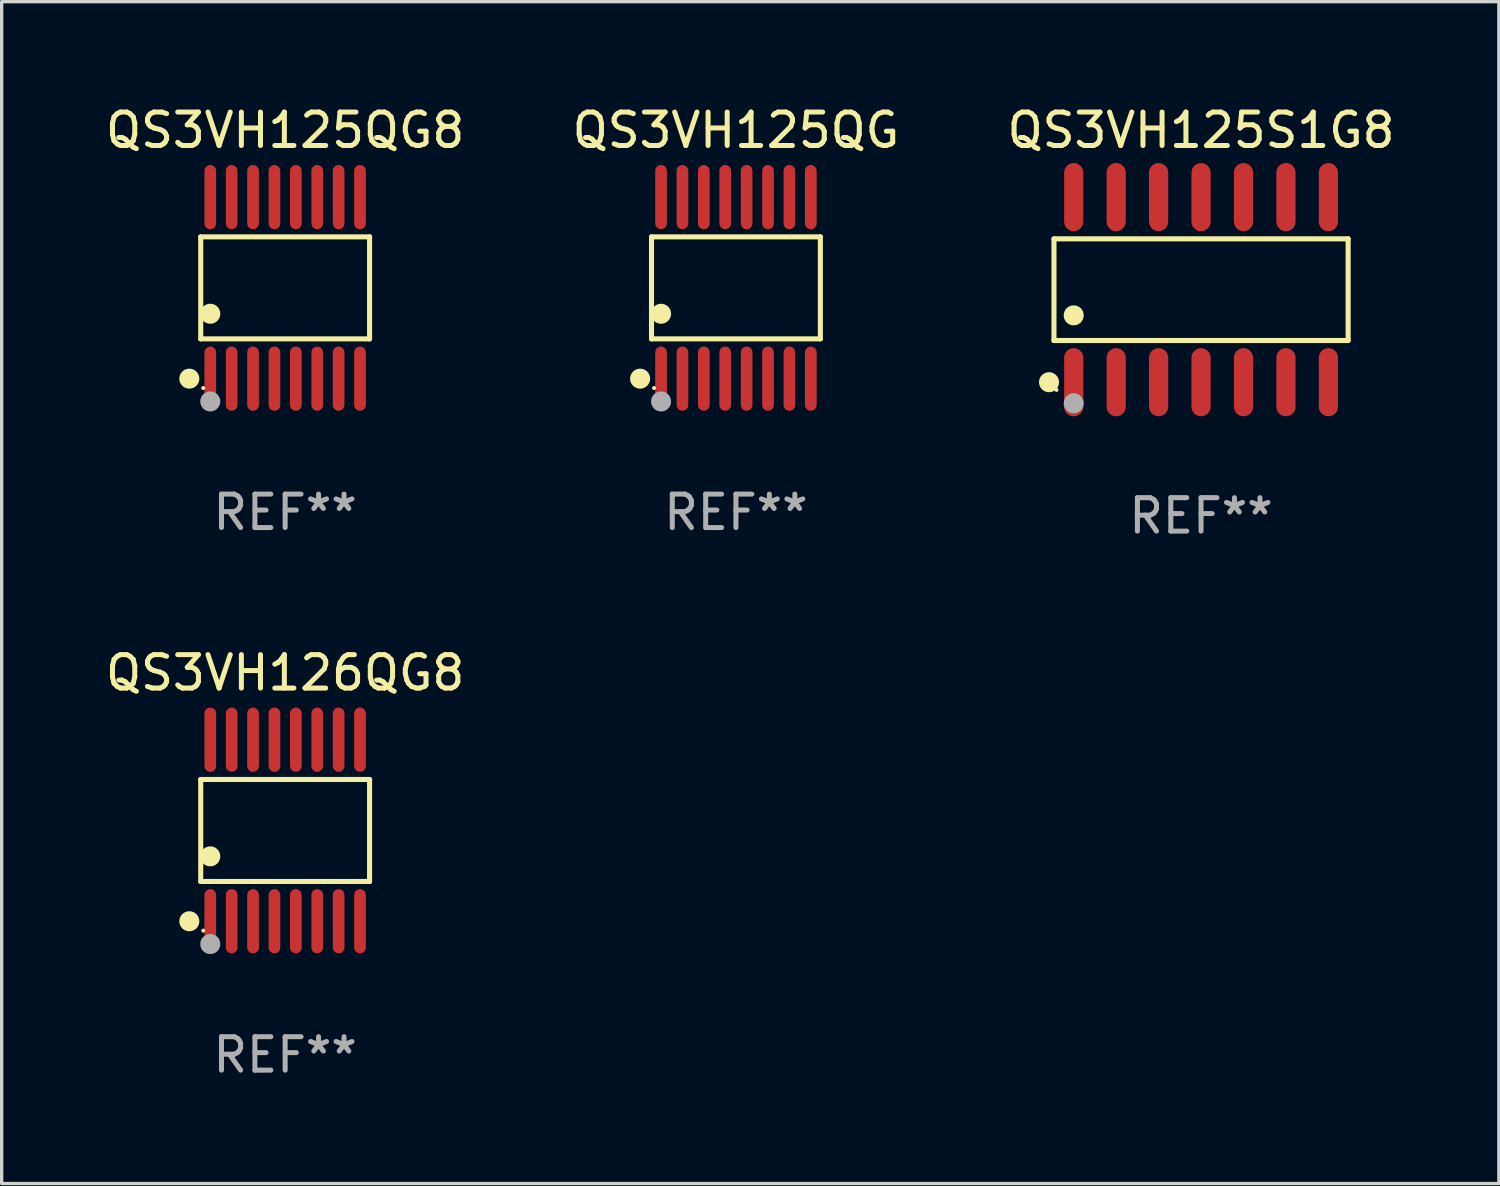
<source format=kicad_pcb>
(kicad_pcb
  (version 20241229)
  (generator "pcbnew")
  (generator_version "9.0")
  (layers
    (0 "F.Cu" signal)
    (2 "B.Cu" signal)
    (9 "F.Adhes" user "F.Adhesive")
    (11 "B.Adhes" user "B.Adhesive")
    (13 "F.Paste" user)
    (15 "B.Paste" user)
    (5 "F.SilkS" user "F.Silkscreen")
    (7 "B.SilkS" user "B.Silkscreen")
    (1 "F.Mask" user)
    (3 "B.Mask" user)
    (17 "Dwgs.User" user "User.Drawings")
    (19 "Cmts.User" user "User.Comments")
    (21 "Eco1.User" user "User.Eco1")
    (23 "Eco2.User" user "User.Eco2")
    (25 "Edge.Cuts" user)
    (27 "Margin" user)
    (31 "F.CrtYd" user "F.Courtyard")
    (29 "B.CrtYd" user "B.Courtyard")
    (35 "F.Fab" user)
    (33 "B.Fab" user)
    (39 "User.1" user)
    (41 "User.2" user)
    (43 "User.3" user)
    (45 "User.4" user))
  (footprint "QS3VH125QG8"
    (layer "F.Cu")
    (at 5.482 5.564)
    (property "Reference" "QS3VH125QG8" (at 0 -4.716 0) (layer "F.SilkS") (effects (font (size 1 1) (thickness 0.15))))
    (attr through_hole)
    (fp_line (start -2.526 -1.526) (end 2.526 -1.526) (stroke (width 0.152) (type solid)) (layer "F.SilkS"))
    (fp_line (start -2.526 1.526) (end -2.526 -1.526) (stroke (width 0.152) (type solid)) (layer "F.SilkS"))
    (fp_line (start 2.526 -1.526) (end 2.526 1.526) (stroke (width 0.152) (type solid)) (layer "F.SilkS"))
    (fp_line (start 2.526 1.526) (end -2.526 1.526) (stroke (width 0.152) (type solid)) (layer "F.SilkS"))
    (fp_circle (center -2.867 2.716) (end -2.717 2.716) (stroke (width 0.3) (type solid)) (fill no) (layer "F.SilkS"))
    (fp_circle (center -2.45 2.997) (end -2.42 2.997) (stroke (width 0.06) (type solid)) (fill no) (layer "F.SilkS"))
    (fp_circle (center -2.24 0.774) (end -2.09 0.774) (stroke (width 0.3) (type solid)) (fill no) (layer "F.SilkS"))
    (fp_circle (center -2.24 3.398) (end -2.09 3.398) (stroke (width 0.3) (type solid)) (fill no) (layer "F.Fab"))
    (fp_text user "REF**" (at 0 6.716 0) (layer "F.Fab") (effects (font (size 1 1) (thickness 0.15))))
    (pad "1" smd oval (at -2.24 2.716) (size 0.35 1.922) (layers "F.Cu" "F.Mask" "F.Paste"))
    (pad "2" smd oval (at -1.6 2.716) (size 0.35 1.922) (layers "F.Cu" "F.Mask" "F.Paste"))
    (pad "3" smd oval (at -0.96 2.716) (size 0.35 1.922) (layers "F.Cu" "F.Mask" "F.Paste"))
    (pad "4" smd oval (at -0.32 2.716) (size 0.35 1.922) (layers "F.Cu" "F.Mask" "F.Paste"))
    (pad "5" smd oval (at 0.32 2.716) (size 0.35 1.922) (layers "F.Cu" "F.Mask" "F.Paste"))
    (pad "6" smd oval (at 0.96 2.716) (size 0.35 1.922) (layers "F.Cu" "F.Mask" "F.Paste"))
    (pad "7" smd oval (at 1.6 2.716) (size 0.35 1.922) (layers "F.Cu" "F.Mask" "F.Paste"))
    (pad "8" smd oval (at 2.24 2.716) (size 0.35 1.922) (layers "F.Cu" "F.Mask" "F.Paste"))
    (pad "9" smd oval (at 2.24 -2.716) (size 0.35 1.922) (layers "F.Cu" "F.Mask" "F.Paste"))
    (pad "10" smd oval (at 1.6 -2.716) (size 0.35 1.922) (layers "F.Cu" "F.Mask" "F.Paste"))
    (pad "11" smd oval (at 0.96 -2.716) (size 0.35 1.922) (layers "F.Cu" "F.Mask" "F.Paste"))
    (pad "12" smd oval (at 0.32 -2.716) (size 0.35 1.922) (layers "F.Cu" "F.Mask" "F.Paste"))
    (pad "13" smd oval (at -0.32 -2.716) (size 0.35 1.922) (layers "F.Cu" "F.Mask" "F.Paste"))
    (pad "14" smd oval (at -0.96 -2.716) (size 0.35 1.922) (layers "F.Cu" "F.Mask" "F.Paste"))
    (pad "15" smd oval (at -1.6 -2.716) (size 0.35 1.922) (layers "F.Cu" "F.Mask" "F.Paste"))
    (pad "16" smd oval (at -2.24 -2.716) (size 0.35 1.922) (layers "F.Cu" "F.Mask" "F.Paste")))
  (footprint "QS3VH125S1G8"
    (layer "F.Cu")
    (at 32.887 5.617)
    (property "Reference" "QS3VH125S1G8" (at 0 -4.769 0) (layer "F.SilkS") (effects (font (size 1 1) (thickness 0.15))))
    (attr through_hole)
    (fp_line (start -4.401 -1.521) (end 4.401 -1.521) (stroke (width 0.152) (type solid)) (layer "F.SilkS"))
    (fp_line (start -4.401 1.521) (end -4.401 -1.521) (stroke (width 0.152) (type solid)) (layer "F.SilkS"))
    (fp_line (start 4.401 -1.521) (end 4.401 1.521) (stroke (width 0.152) (type solid)) (layer "F.SilkS"))
    (fp_line (start 4.401 1.521) (end -4.401 1.521) (stroke (width 0.152) (type solid)) (layer "F.SilkS"))
    (fp_circle (center -4.549 2.769) (end -4.399 2.769) (stroke (width 0.3) (type solid)) (fill no) (layer "F.SilkS"))
    (fp_circle (center -4.325 3) (end -4.295 3) (stroke (width 0.06) (type solid)) (fill no) (layer "F.SilkS"))
    (fp_circle (center -3.81 0.769) (end -3.66 0.769) (stroke (width 0.3) (type solid)) (fill no) (layer "F.SilkS"))
    (fp_circle (center -3.81 3.4) (end -3.66 3.4) (stroke (width 0.3) (type solid)) (fill no) (layer "F.Fab"))
    (fp_text user "REF**" (at 0 6.769 0) (layer "F.Fab") (effects (font (size 1 1) (thickness 0.15))))
    (pad "1" smd oval (at -3.81 2.769) (size 0.574 2.038) (layers "F.Cu" "F.Mask" "F.Paste"))
    (pad "2" smd oval (at -2.54 2.769) (size 0.574 2.038) (layers "F.Cu" "F.Mask" "F.Paste"))
    (pad "3" smd oval (at -1.27 2.769) (size 0.574 2.038) (layers "F.Cu" "F.Mask" "F.Paste"))
    (pad "4" smd oval (at 0 2.769) (size 0.574 2.038) (layers "F.Cu" "F.Mask" "F.Paste"))
    (pad "5" smd oval (at 1.27 2.769) (size 0.574 2.038) (layers "F.Cu" "F.Mask" "F.Paste"))
    (pad "6" smd oval (at 2.54 2.769) (size 0.574 2.038) (layers "F.Cu" "F.Mask" "F.Paste"))
    (pad "7" smd oval (at 3.81 2.769) (size 0.574 2.038) (layers "F.Cu" "F.Mask" "F.Paste"))
    (pad "8" smd oval (at 3.81 -2.769) (size 0.574 2.038) (layers "F.Cu" "F.Mask" "F.Paste"))
    (pad "9" smd oval (at 2.54 -2.769) (size 0.574 2.038) (layers "F.Cu" "F.Mask" "F.Paste"))
    (pad "10" smd oval (at 1.27 -2.769) (size 0.574 2.038) (layers "F.Cu" "F.Mask" "F.Paste"))
    (pad "11" smd oval (at 0 -2.769) (size 0.574 2.038) (layers "F.Cu" "F.Mask" "F.Paste"))
    (pad "12" smd oval (at -1.27 -2.769) (size 0.574 2.038) (layers "F.Cu" "F.Mask" "F.Paste"))
    (pad "13" smd oval (at -2.54 -2.769) (size 0.574 2.038) (layers "F.Cu" "F.Mask" "F.Paste"))
    (pad "14" smd oval (at -3.81 -2.769) (size 0.574 2.038) (layers "F.Cu" "F.Mask" "F.Paste")))
  (footprint "QS3VH125QG"
    (layer "F.Cu")
    (at 18.97 5.564)
    (property "Reference" "QS3VH125QG" (at 0 -4.716 0) (layer "F.SilkS") (effects (font (size 1 1) (thickness 0.15))))
    (attr through_hole)
    (fp_line (start -2.526 -1.526) (end 2.526 -1.526) (stroke (width 0.152) (type solid)) (layer "F.SilkS"))
    (fp_line (start -2.526 1.526) (end -2.526 -1.526) (stroke (width 0.152) (type solid)) (layer "F.SilkS"))
    (fp_line (start 2.526 -1.526) (end 2.526 1.526) (stroke (width 0.152) (type solid)) (layer "F.SilkS"))
    (fp_line (start 2.526 1.526) (end -2.526 1.526) (stroke (width 0.152) (type solid)) (layer "F.SilkS"))
    (fp_circle (center -2.867 2.716) (end -2.717 2.716) (stroke (width 0.3) (type solid)) (fill no) (layer "F.SilkS"))
    (fp_circle (center -2.45 2.997) (end -2.42 2.997) (stroke (width 0.06) (type solid)) (fill no) (layer "F.SilkS"))
    (fp_circle (center -2.24 0.774) (end -2.09 0.774) (stroke (width 0.3) (type solid)) (fill no) (layer "F.SilkS"))
    (fp_circle (center -2.24 3.398) (end -2.09 3.398) (stroke (width 0.3) (type solid)) (fill no) (layer "F.Fab"))
    (fp_text user "REF**" (at 0 6.716 0) (layer "F.Fab") (effects (font (size 1 1) (thickness 0.15))))
    (pad "1" smd oval (at -2.24 2.716) (size 0.35 1.922) (layers "F.Cu" "F.Mask" "F.Paste"))
    (pad "2" smd oval (at -1.6 2.716) (size 0.35 1.922) (layers "F.Cu" "F.Mask" "F.Paste"))
    (pad "3" smd oval (at -0.96 2.716) (size 0.35 1.922) (layers "F.Cu" "F.Mask" "F.Paste"))
    (pad "4" smd oval (at -0.32 2.716) (size 0.35 1.922) (layers "F.Cu" "F.Mask" "F.Paste"))
    (pad "5" smd oval (at 0.32 2.716) (size 0.35 1.922) (layers "F.Cu" "F.Mask" "F.Paste"))
    (pad "6" smd oval (at 0.96 2.716) (size 0.35 1.922) (layers "F.Cu" "F.Mask" "F.Paste"))
    (pad "7" smd oval (at 1.6 2.716) (size 0.35 1.922) (layers "F.Cu" "F.Mask" "F.Paste"))
    (pad "8" smd oval (at 2.24 2.716) (size 0.35 1.922) (layers "F.Cu" "F.Mask" "F.Paste"))
    (pad "9" smd oval (at 2.24 -2.716) (size 0.35 1.922) (layers "F.Cu" "F.Mask" "F.Paste"))
    (pad "10" smd oval (at 1.6 -2.716) (size 0.35 1.922) (layers "F.Cu" "F.Mask" "F.Paste"))
    (pad "11" smd oval (at 0.96 -2.716) (size 0.35 1.922) (layers "F.Cu" "F.Mask" "F.Paste"))
    (pad "12" smd oval (at 0.32 -2.716) (size 0.35 1.922) (layers "F.Cu" "F.Mask" "F.Paste"))
    (pad "13" smd oval (at -0.32 -2.716) (size 0.35 1.922) (layers "F.Cu" "F.Mask" "F.Paste"))
    (pad "14" smd oval (at -0.96 -2.716) (size 0.35 1.922) (layers "F.Cu" "F.Mask" "F.Paste"))
    (pad "15" smd oval (at -1.6 -2.716) (size 0.35 1.922) (layers "F.Cu" "F.Mask" "F.Paste"))
    (pad "16" smd oval (at -2.24 -2.716) (size 0.35 1.922) (layers "F.Cu" "F.Mask" "F.Paste")))
  (footprint "QS3VH126QG8"
    (layer "F.Cu")
    (at 5.482 21.799)
    (property "Reference" "QS3VH126QG8" (at 0 -4.716 0) (layer "F.SilkS") (effects (font (size 1 1) (thickness 0.15))))
    (attr through_hole)
    (fp_line (start -2.526 -1.526) (end 2.526 -1.526) (stroke (width 0.152) (type solid)) (layer "F.SilkS"))
    (fp_line (start -2.526 1.526) (end -2.526 -1.526) (stroke (width 0.152) (type solid)) (layer "F.SilkS"))
    (fp_line (start 2.526 -1.526) (end 2.526 1.526) (stroke (width 0.152) (type solid)) (layer "F.SilkS"))
    (fp_line (start 2.526 1.526) (end -2.526 1.526) (stroke (width 0.152) (type solid)) (layer "F.SilkS"))
    (fp_circle (center -2.867 2.716) (end -2.717 2.716) (stroke (width 0.3) (type solid)) (fill no) (layer "F.SilkS"))
    (fp_circle (center -2.45 2.997) (end -2.42 2.997) (stroke (width 0.06) (type solid)) (fill no) (layer "F.SilkS"))
    (fp_circle (center -2.24 0.774) (end -2.09 0.774) (stroke (width 0.3) (type solid)) (fill no) (layer "F.SilkS"))
    (fp_circle (center -2.24 3.398) (end -2.09 3.398) (stroke (width 0.3) (type solid)) (fill no) (layer "F.Fab"))
    (fp_text user "REF**" (at 0 6.716 0) (layer "F.Fab") (effects (font (size 1 1) (thickness 0.15))))
    (pad "1" smd oval (at -2.24 2.716) (size 0.35 1.922) (layers "F.Cu" "F.Mask" "F.Paste"))
    (pad "2" smd oval (at -1.6 2.716) (size 0.35 1.922) (layers "F.Cu" "F.Mask" "F.Paste"))
    (pad "3" smd oval (at -0.96 2.716) (size 0.35 1.922) (layers "F.Cu" "F.Mask" "F.Paste"))
    (pad "4" smd oval (at -0.32 2.716) (size 0.35 1.922) (layers "F.Cu" "F.Mask" "F.Paste"))
    (pad "5" smd oval (at 0.32 2.716) (size 0.35 1.922) (layers "F.Cu" "F.Mask" "F.Paste"))
    (pad "6" smd oval (at 0.96 2.716) (size 0.35 1.922) (layers "F.Cu" "F.Mask" "F.Paste"))
    (pad "7" smd oval (at 1.6 2.716) (size 0.35 1.922) (layers "F.Cu" "F.Mask" "F.Paste"))
    (pad "8" smd oval (at 2.24 2.716) (size 0.35 1.922) (layers "F.Cu" "F.Mask" "F.Paste"))
    (pad "9" smd oval (at 2.24 -2.716) (size 0.35 1.922) (layers "F.Cu" "F.Mask" "F.Paste"))
    (pad "10" smd oval (at 1.6 -2.716) (size 0.35 1.922) (layers "F.Cu" "F.Mask" "F.Paste"))
    (pad "11" smd oval (at 0.96 -2.716) (size 0.35 1.922) (layers "F.Cu" "F.Mask" "F.Paste"))
    (pad "12" smd oval (at 0.32 -2.716) (size 0.35 1.922) (layers "F.Cu" "F.Mask" "F.Paste"))
    (pad "13" smd oval (at -0.32 -2.716) (size 0.35 1.922) (layers "F.Cu" "F.Mask" "F.Paste"))
    (pad "14" smd oval (at -0.96 -2.716) (size 0.35 1.922) (layers "F.Cu" "F.Mask" "F.Paste"))
    (pad "15" smd oval (at -1.6 -2.716) (size 0.35 1.922) (layers "F.Cu" "F.Mask" "F.Paste"))
    (pad "16" smd oval (at -2.24 -2.716) (size 0.35 1.922) (layers "F.Cu" "F.Mask" "F.Paste")))
  (gr_rect
    (start -3 -3)
    (end 41.798 32.363)
    (stroke (width 0.1) (type default))
    (fill no)
    (layer "Edge.Cuts")))
</source>
